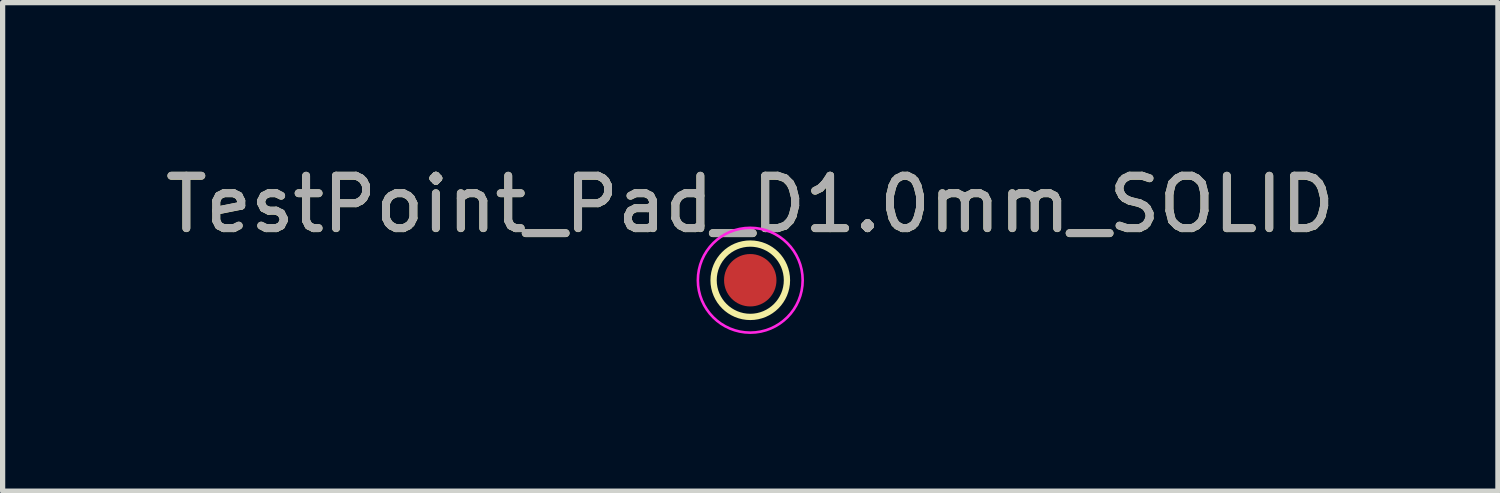
<source format=kicad_pcb>
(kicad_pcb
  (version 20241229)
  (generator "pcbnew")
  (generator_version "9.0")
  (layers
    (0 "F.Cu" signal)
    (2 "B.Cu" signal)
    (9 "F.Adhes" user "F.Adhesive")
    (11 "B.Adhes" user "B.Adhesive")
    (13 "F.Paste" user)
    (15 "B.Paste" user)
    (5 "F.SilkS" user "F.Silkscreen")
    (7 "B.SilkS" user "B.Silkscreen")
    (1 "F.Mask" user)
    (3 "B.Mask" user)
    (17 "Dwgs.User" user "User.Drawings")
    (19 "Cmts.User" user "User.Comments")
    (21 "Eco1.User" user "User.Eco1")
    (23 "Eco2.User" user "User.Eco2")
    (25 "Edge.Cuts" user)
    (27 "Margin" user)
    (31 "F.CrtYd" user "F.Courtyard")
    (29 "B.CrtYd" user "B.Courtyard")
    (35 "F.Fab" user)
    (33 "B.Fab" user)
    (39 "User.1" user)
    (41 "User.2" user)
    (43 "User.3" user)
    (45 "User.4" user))
  (footprint "TestPoint_Pad_D1.0mm_SOLID"
    (layer "F.Cu")
    (at 11.268 2.298)
    (property "Reference" "TestPoint_Pad_D1.0mm_SOLID" (at 0 -1.448 0) (layer "F.SilkS") (effects (font (size 1 1) (thickness 0.15))))
    (attr exclude_from_pos_files exclude_from_bom)
    (fp_circle (center 0 0) (end 0 0.7) (stroke (width 0.12) (type solid)) (fill no) (layer "F.SilkS"))
    (fp_circle (center 0 0) (end 1 0) (stroke (width 0.05) (type solid)) (fill no) (layer "F.CrtYd"))
    (fp_text user "${REFERENCE}" (at 0 -1.45 0) (layer "F.Fab") (effects (font (size 1 1) (thickness 0.15))))
    (pad "1" smd circle (at 0 0) (size 1 1) (layers "F.Cu" "F.Mask")))
  (gr_rect
    (start -3 -3)
    (end 25.536 6.323)
    (stroke (width 0.1) (type default))
    (fill no)
    (layer "Edge.Cuts")))
</source>
